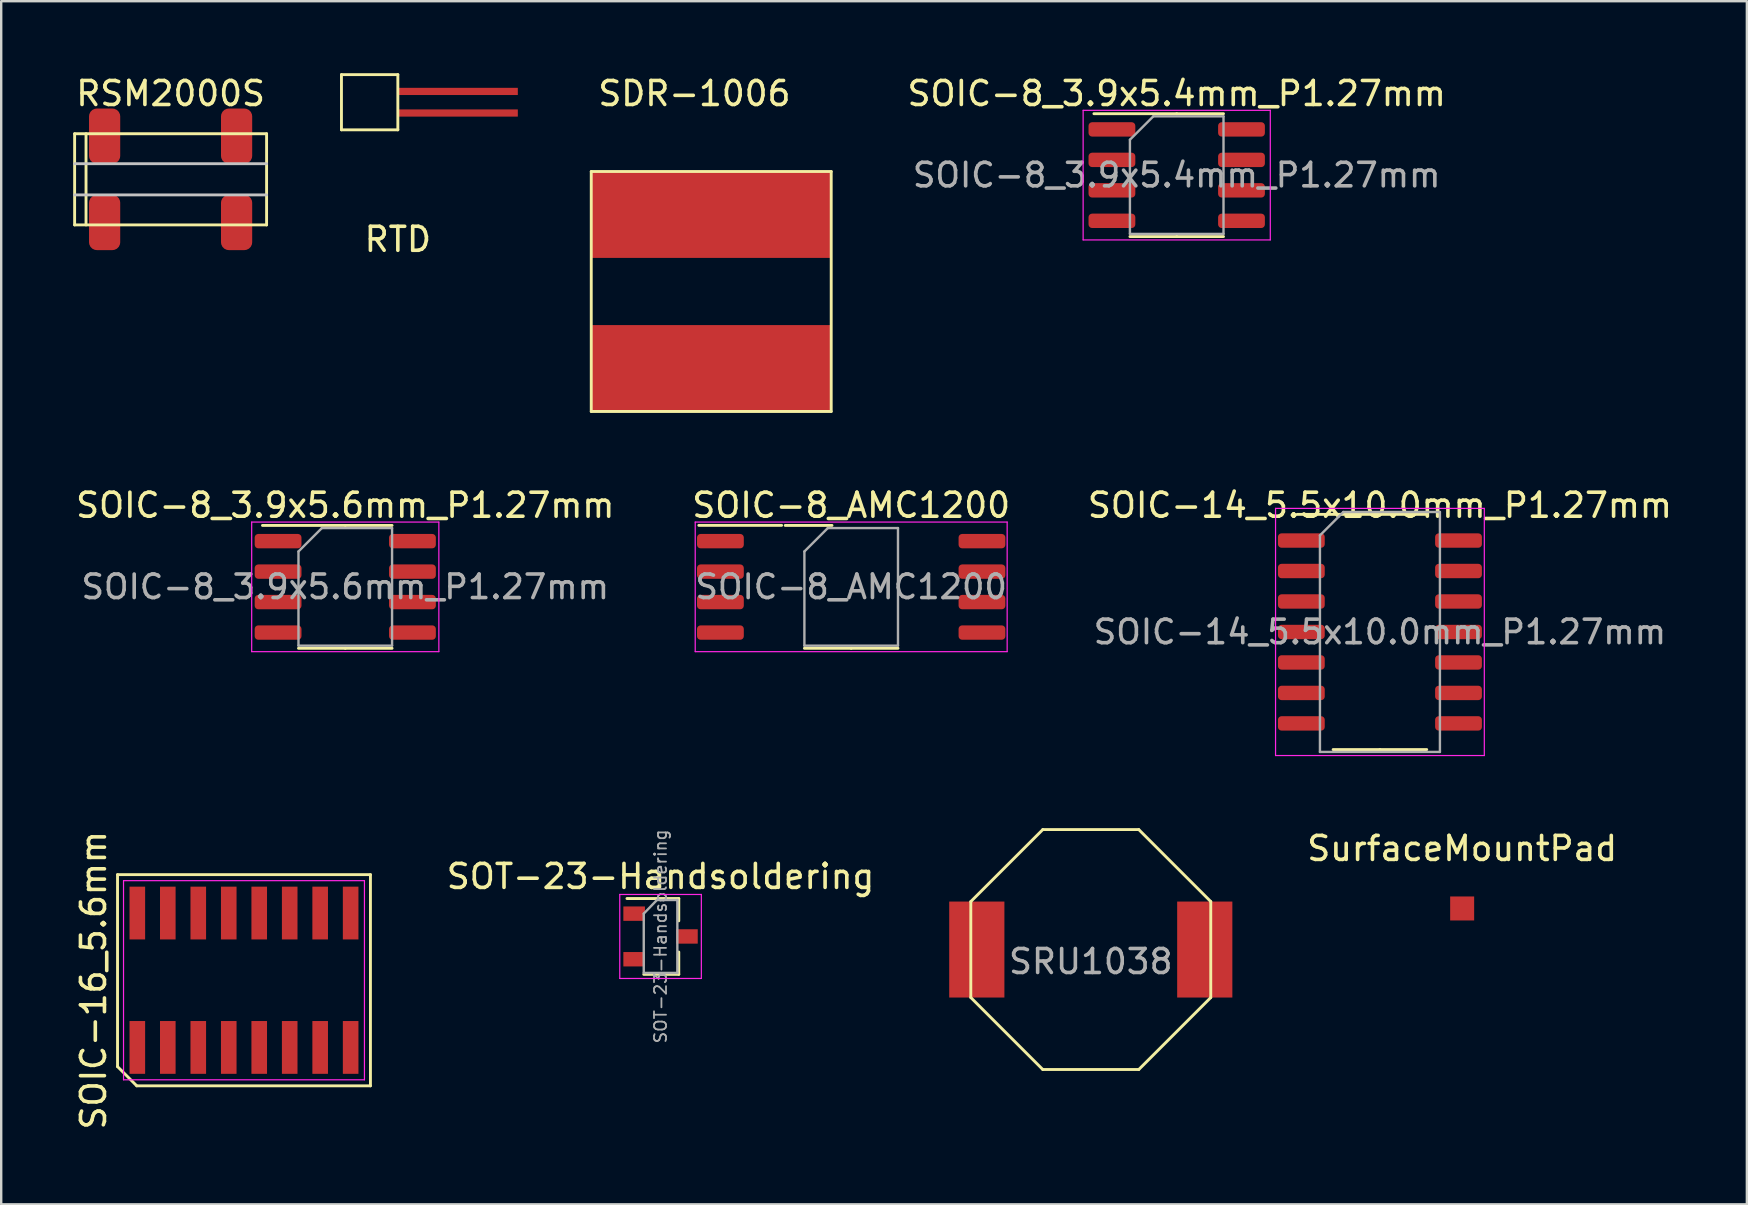
<source format=kicad_pcb>
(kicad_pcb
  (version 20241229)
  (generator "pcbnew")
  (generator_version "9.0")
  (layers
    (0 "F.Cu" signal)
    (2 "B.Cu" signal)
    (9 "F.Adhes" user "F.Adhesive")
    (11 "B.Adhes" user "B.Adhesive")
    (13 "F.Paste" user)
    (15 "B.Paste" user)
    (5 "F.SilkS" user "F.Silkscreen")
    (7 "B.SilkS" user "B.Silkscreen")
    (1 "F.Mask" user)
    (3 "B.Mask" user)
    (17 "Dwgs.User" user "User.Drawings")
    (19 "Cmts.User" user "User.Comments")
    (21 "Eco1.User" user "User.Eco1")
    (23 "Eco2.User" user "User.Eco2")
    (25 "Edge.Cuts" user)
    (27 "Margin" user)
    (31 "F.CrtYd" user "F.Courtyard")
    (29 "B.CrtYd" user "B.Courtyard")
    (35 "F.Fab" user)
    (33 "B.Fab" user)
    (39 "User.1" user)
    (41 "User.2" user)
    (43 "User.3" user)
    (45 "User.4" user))
  (footprint "RSM2000S"
    (layer "F.Cu")
    (at 4.06 4.423)
    (property "Reference" "RSM2000S" (at 0 -3.575 0) (layer "F.SilkS") (effects (font (size 1 1) (thickness 0.15))))
    (attr through_hole)
    (fp_line (start -4 -1.9) (end 4 -1.9) (stroke (width 0.12) (type solid)) (layer "F.SilkS"))
    (fp_line (start -4 1.9) (end -4 -1.9) (stroke (width 0.12) (type solid)) (layer "F.SilkS"))
    (fp_line (start -3.525 -1.9) (end -3.525 1.9) (stroke (width 0.12) (type solid)) (layer "F.SilkS"))
    (fp_line (start 4 -1.9) (end 4 1.9) (stroke (width 0.12) (type solid)) (layer "F.SilkS"))
    (fp_line (start 4 1.9) (end -4 1.9) (stroke (width 0.12) (type solid)) (layer "F.SilkS"))
    (fp_line (start -4 -0.65) (end 4 -0.65) (stroke (width 0.12) (type solid)) (layer "Dwgs.User"))
    (fp_line (start -4 0.65) (end 4 0.65) (stroke (width 0.12) (type solid)) (layer "Dwgs.User"))
    (pad "1" smd roundrect (at -2.75 1.8) (size 1.3 2.3) (layers "F.Cu" "F.Mask" "F.Paste") (roundrect_rratio 0.25))
    (pad "2" smd roundrect (at 2.75 1.8) (size 1.3 2.3) (layers "F.Cu" "F.Mask" "F.Paste") (roundrect_rratio 0.25))
    (pad "3" smd roundrect (at 2.75 -1.8) (size 1.3 2.3) (layers "F.Cu" "F.Mask" "F.Paste") (roundrect_rratio 0.25))
    (pad "4" smd roundrect (at -2.75 -1.8) (size 1.3 2.3) (layers "F.Cu" "F.Mask" "F.Paste") (roundrect_rratio 0.25)))
  (footprint "SOT-23-Handsoldering"
    (layer "F.Cu")
    (at 24.478 35.976)
    (property "Reference" "SOT-23-Handsoldering" (at 0 -2.5 0) (layer "F.SilkS") (effects (font (size 1 1) (thickness 0.15))))
    (attr smd)
    (fp_line (start 0.76 -1.58) (end -1.4 -1.58) (stroke (width 0.12) (type solid)) (layer "F.SilkS"))
    (fp_line (start 0.76 -1.58) (end 0.76 -0.65) (stroke (width 0.12) (type solid)) (layer "F.SilkS"))
    (fp_line (start 0.76 1.58) (end -0.7 1.58) (stroke (width 0.12) (type solid)) (layer "F.SilkS"))
    (fp_line (start 0.76 1.58) (end 0.76 0.65) (stroke (width 0.12) (type solid)) (layer "F.SilkS"))
    (fp_line (start -1.7 -1.75) (end 1.7 -1.75) (stroke (width 0.05) (type solid)) (layer "F.CrtYd"))
    (fp_line (start -1.7 1.75) (end -1.7 -1.75) (stroke (width 0.05) (type solid)) (layer "F.CrtYd"))
    (fp_line (start 1.7 -1.75) (end 1.7 1.75) (stroke (width 0.05) (type solid)) (layer "F.CrtYd"))
    (fp_line (start 1.7 1.75) (end -1.7 1.75) (stroke (width 0.05) (type solid)) (layer "F.CrtYd"))
    (fp_line (start -0.7 -0.95) (end -0.7 1.5) (stroke (width 0.1) (type solid)) (layer "F.Fab"))
    (fp_line (start -0.7 -0.95) (end -0.15 -1.52) (stroke (width 0.1) (type solid)) (layer "F.Fab"))
    (fp_line (start -0.7 1.52) (end 0.7 1.52) (stroke (width 0.1) (type solid)) (layer "F.Fab"))
    (fp_line (start -0.15 -1.52) (end 0.7 -1.52) (stroke (width 0.1) (type solid)) (layer "F.Fab"))
    (fp_line (start 0.7 -1.52) (end 0.7 1.52) (stroke (width 0.1) (type solid)) (layer "F.Fab"))
    (fp_text user "${REFERENCE}" (at 0 0 90) (layer "F.Fab") (effects (font (size 0.5 0.5) (thickness 0.075))))
    (pad "1" smd rect (at -1.1 -0.95) (size 0.9 0.6) (layers "F.Cu" "F.Mask" "F.Paste"))
    (pad "2" smd rect (at -1.1 0.95) (size 0.9 0.6) (layers "F.Cu" "F.Mask" "F.Paste"))
    (pad "3" smd rect (at 1.1 0) (size 0.9 0.6) (layers "F.Cu" "F.Mask" "F.Paste")))
  (footprint "SurfaceMountPad"
    (layer "F.Cu")
    (at 57.885 34.81)
    (property "Reference" "SurfaceMountPad" (at 0 -2.5 0) (layer "F.SilkS") (effects (font (size 1 1) (thickness 0.15))))
    (attr through_hole)
    (pad "1" smd rect (at 0 0) (size 1 1) (layers "F.Cu" "F.Mask" "F.Paste")))
  (footprint "SOIC-16_5.6mm"
    (layer "F.Cu")
    (at 7.118 37.801)
    (property "Reference" "SOIC-16_5.6mm" (at -6.27 0 90) (layer "F.SilkS") (effects (font (size 1 1) (thickness 0.15))))
    (attr smd)
    (fp_line (start -5.27 -4.4) (end 5.27 -4.4) (stroke (width 0.12) (type solid)) (layer "F.SilkS"))
    (fp_line (start -5.27 3.6) (end -5.27 -4.4) (stroke (width 0.12) (type solid)) (layer "F.SilkS"))
    (fp_line (start -4.47 4.4) (end -5.27 3.6) (stroke (width 0.12) (type solid)) (layer "F.SilkS"))
    (fp_line (start 5.27 -4.4) (end 5.27 4.4) (stroke (width 0.12) (type solid)) (layer "F.SilkS"))
    (fp_line (start 5.27 4.4) (end -4.47 4.4) (stroke (width 0.12) (type solid)) (layer "F.SilkS"))
    (fp_line (start -5.02 -4.15) (end 5.02 -4.15) (stroke (width 0.05) (type solid)) (layer "F.CrtYd"))
    (fp_line (start -5.02 4.15) (end -5.02 -4.15) (stroke (width 0.05) (type solid)) (layer "F.CrtYd"))
    (fp_line (start 5.02 -4.15) (end 5.02 4.15) (stroke (width 0.05) (type solid)) (layer "F.CrtYd"))
    (fp_line (start 5.02 4.15) (end -5.02 4.15) (stroke (width 0.05) (type solid)) (layer "F.CrtYd"))
    (pad "1" smd rect (at -4.445 2.8) (size 0.65 2.2) (layers "F.Cu" "F.Mask" "F.Paste"))
    (pad "2" smd rect (at -3.175 2.8) (size 0.65 2.2) (layers "F.Cu" "F.Mask" "F.Paste"))
    (pad "3" smd rect (at -1.905 2.8) (size 0.65 2.2) (layers "F.Cu" "F.Mask" "F.Paste"))
    (pad "4" smd rect (at -0.635 2.8) (size 0.65 2.2) (layers "F.Cu" "F.Mask" "F.Paste"))
    (pad "5" smd rect (at 0.635 2.8) (size 0.65 2.2) (layers "F.Cu" "F.Mask" "F.Paste"))
    (pad "6" smd rect (at 1.905 2.8) (size 0.65 2.2) (layers "F.Cu" "F.Mask" "F.Paste"))
    (pad "7" smd rect (at 3.175 2.8) (size 0.65 2.2) (layers "F.Cu" "F.Mask" "F.Paste"))
    (pad "8" smd rect (at 4.445 2.8) (size 0.65 2.2) (layers "F.Cu" "F.Mask" "F.Paste"))
    (pad "9" smd rect (at 4.445 -2.8) (size 0.65 2.2) (layers "F.Cu" "F.Mask" "F.Paste"))
    (pad "10" smd rect (at 3.175 -2.8) (size 0.65 2.2) (layers "F.Cu" "F.Mask" "F.Paste"))
    (pad "11" smd rect (at 1.905 -2.8) (size 0.65 2.2) (layers "F.Cu" "F.Mask" "F.Paste"))
    (pad "12" smd rect (at 0.635 -2.8) (size 0.65 2.2) (layers "F.Cu" "F.Mask" "F.Paste"))
    (pad "13" smd rect (at -0.635 -2.8) (size 0.65 2.2) (layers "F.Cu" "F.Mask" "F.Paste"))
    (pad "14" smd rect (at -1.905 -2.8) (size 0.65 2.2) (layers "F.Cu" "F.Mask" "F.Paste"))
    (pad "15" smd rect (at -3.175 -2.8) (size 0.65 2.2) (layers "F.Cu" "F.Mask" "F.Paste"))
    (pad "16" smd rect (at -4.445 -2.8) (size 0.65 2.2) (layers "F.Cu" "F.Mask" "F.Paste")))
  (footprint "SOIC-14_5.5x10.0mm_P1.27mm"
    (layer "F.Cu")
    (at 54.458 23.287)
    (property "Reference" "SOIC-14_5.5x10.0mm_P1.27mm" (at 0 -5.28 0) (layer "F.SilkS") (effects (font (size 1 1) (thickness 0.15))))
    (attr smd)
    (fp_line (start 0 -4.9) (end -3.45 -4.9) (stroke (width 0.12) (type solid)) (layer "F.SilkS"))
    (fp_line (start 0 -4.9) (end 1.95 -4.9) (stroke (width 0.12) (type solid)) (layer "F.SilkS"))
    (fp_line (start 0 4.9) (end -1.95 4.9) (stroke (width 0.12) (type solid)) (layer "F.SilkS"))
    (fp_line (start 0 4.9) (end 1.95 4.9) (stroke (width 0.12) (type solid)) (layer "F.SilkS"))
    (fp_line (start -4.35 -5.15) (end -4.35 5.15) (stroke (width 0.05) (type solid)) (layer "F.CrtYd"))
    (fp_line (start -4.35 5.15) (end 4.35 5.15) (stroke (width 0.05) (type solid)) (layer "F.CrtYd"))
    (fp_line (start 4.35 -5.15) (end -4.35 -5.15) (stroke (width 0.05) (type solid)) (layer "F.CrtYd"))
    (fp_line (start 4.35 5.15) (end 4.35 -5.15) (stroke (width 0.05) (type solid)) (layer "F.CrtYd"))
    (fp_line (start -2.5 -4.025) (end -1.525 -5) (stroke (width 0.1) (type solid)) (layer "F.Fab"))
    (fp_line (start -2.5 5) (end -2.5 -4.025) (stroke (width 0.1) (type solid)) (layer "F.Fab"))
    (fp_line (start -1.525 -5) (end 2.5 -5) (stroke (width 0.1) (type solid)) (layer "F.Fab"))
    (fp_line (start 2.5 -5) (end 2.5 5) (stroke (width 0.1) (type solid)) (layer "F.Fab"))
    (fp_line (start 2.5 5) (end -2.5 5) (stroke (width 0.1) (type solid)) (layer "F.Fab"))
    (fp_text user "${REFERENCE}" (at 0 0 0) (layer "F.Fab") (effects (font (size 0.98 0.98) (thickness 0.15))))
    (pad "1" smd roundrect (at -3.275 -3.81) (size 1.95 0.6) (layers "F.Cu" "F.Mask" "F.Paste") (roundrect_rratio 0.25))
    (pad "2" smd roundrect (at -3.275 -2.54) (size 1.95 0.6) (layers "F.Cu" "F.Mask" "F.Paste") (roundrect_rratio 0.25))
    (pad "3" smd roundrect (at -3.275 -1.27) (size 1.95 0.6) (layers "F.Cu" "F.Mask" "F.Paste") (roundrect_rratio 0.25))
    (pad "4" smd roundrect (at -3.275 0) (size 1.95 0.6) (layers "F.Cu" "F.Mask" "F.Paste") (roundrect_rratio 0.25))
    (pad "5" smd roundrect (at -3.275 1.27) (size 1.95 0.6) (layers "F.Cu" "F.Mask" "F.Paste") (roundrect_rratio 0.25))
    (pad "6" smd roundrect (at -3.275 2.54) (size 1.95 0.6) (layers "F.Cu" "F.Mask" "F.Paste") (roundrect_rratio 0.25))
    (pad "7" smd roundrect (at -3.275 3.81) (size 1.95 0.6) (layers "F.Cu" "F.Mask" "F.Paste") (roundrect_rratio 0.25))
    (pad "8" smd roundrect (at 3.275 3.81) (size 1.95 0.6) (layers "F.Cu" "F.Mask" "F.Paste") (roundrect_rratio 0.25))
    (pad "9" smd roundrect (at 3.275 2.54) (size 1.95 0.6) (layers "F.Cu" "F.Mask" "F.Paste") (roundrect_rratio 0.25))
    (pad "10" smd roundrect (at 3.275 1.27) (size 1.95 0.6) (layers "F.Cu" "F.Mask" "F.Paste") (roundrect_rratio 0.25))
    (pad "11" smd roundrect (at 3.275 0) (size 1.95 0.6) (layers "F.Cu" "F.Mask" "F.Paste") (roundrect_rratio 0.25))
    (pad "12" smd roundrect (at 3.275 -1.27) (size 1.95 0.6) (layers "F.Cu" "F.Mask" "F.Paste") (roundrect_rratio 0.25))
    (pad "13" smd roundrect (at 3.275 -2.54) (size 1.95 0.6) (layers "F.Cu" "F.Mask" "F.Paste") (roundrect_rratio 0.25))
    (pad "14" smd roundrect (at 3.275 -3.81) (size 1.95 0.6) (layers "F.Cu" "F.Mask" "F.Paste") (roundrect_rratio 0.25)))
  (footprint "SDR-1006"
    (layer "F.Cu")
    (at 26.59 9.098)
    (property "Reference" "SDR-1006" (at -0.7 -8.25 0) (layer "F.SilkS") (effects (font (size 1 1) (thickness 0.15))))
    (attr through_hole)
    (fp_line (start -5 -5) (end 5 -5) (stroke (width 0.12) (type solid)) (layer "F.SilkS"))
    (fp_line (start -5 5) (end -5 -5) (stroke (width 0.12) (type solid)) (layer "F.SilkS"))
    (fp_line (start 5 -5) (end 5 5) (stroke (width 0.12) (type solid)) (layer "F.SilkS"))
    (fp_line (start 5 5) (end -5 5) (stroke (width 0.12) (type solid)) (layer "F.SilkS"))
    (pad "1" smd rect (at 0 -3.2) (size 10 3.6) (layers "F.Cu" "F.Mask" "F.Paste"))
    (pad "2" smd rect (at 0 3.2) (size 10 3.6) (layers "F.Cu" "F.Mask" "F.Paste")))
  (footprint "RTD"
    (layer "F.Cu")
    (at 13.53 1.21)
    (property "Reference" "RTD" (at 0 5.715 0) (layer "F.SilkS") (effects (font (size 1 1) (thickness 0.15))))
    (attr through_hole)
    (fp_line (start -2.35 -1.15) (end -2.35 1.15) (stroke (width 0.12) (type solid)) (layer "F.SilkS"))
    (fp_line (start -2.35 1.15) (end 0 1.15) (stroke (width 0.12) (type solid)) (layer "F.SilkS"))
    (fp_line (start 0 -1.15) (end -2.35 -1.15) (stroke (width 0.12) (type solid)) (layer "F.SilkS"))
    (fp_line (start 0 1.15) (end 0 -1.15) (stroke (width 0.12) (type solid)) (layer "F.SilkS"))
    (pad "1" smd rect (at 2.5 -0.45) (size 5 0.3) (layers "F.Cu" "F.Mask" "F.Paste"))
    (pad "2" smd rect (at 2.5 0.45) (size 5 0.3) (layers "F.Cu" "F.Mask" "F.Paste")))
  (footprint "SOIC-8_3.9x5.6mm_P1.27mm"
    (layer "F.Cu")
    (at 11.339 21.407)
    (property "Reference" "SOIC-8_3.9x5.6mm_P1.27mm" (at 0 -3.4 0) (layer "F.SilkS") (effects (font (size 1 1) (thickness 0.15))))
    (attr smd)
    (fp_line (start 0 -2.56) (end -3.45 -2.56) (stroke (width 0.12) (type solid)) (layer "F.SilkS"))
    (fp_line (start 0 -2.56) (end 1.95 -2.56) (stroke (width 0.12) (type solid)) (layer "F.SilkS"))
    (fp_line (start 0 2.56) (end -1.95 2.56) (stroke (width 0.12) (type solid)) (layer "F.SilkS"))
    (fp_line (start 0 2.56) (end 1.95 2.56) (stroke (width 0.12) (type solid)) (layer "F.SilkS"))
    (fp_line (start -3.9 -2.7) (end -3.9 2.7) (stroke (width 0.05) (type solid)) (layer "F.CrtYd"))
    (fp_line (start -3.9 2.7) (end 3.9 2.7) (stroke (width 0.05) (type solid)) (layer "F.CrtYd"))
    (fp_line (start 3.9 -2.7) (end -3.9 -2.7) (stroke (width 0.05) (type solid)) (layer "F.CrtYd"))
    (fp_line (start 3.9 2.7) (end 3.9 -2.7) (stroke (width 0.05) (type solid)) (layer "F.CrtYd"))
    (fp_line (start -1.95 -1.475) (end -0.975 -2.45) (stroke (width 0.1) (type solid)) (layer "F.Fab"))
    (fp_line (start -1.95 2.45) (end -1.95 -1.475) (stroke (width 0.1) (type solid)) (layer "F.Fab"))
    (fp_line (start -0.975 -2.45) (end 1.95 -2.45) (stroke (width 0.1) (type solid)) (layer "F.Fab"))
    (fp_line (start 1.95 -2.45) (end 1.95 2.45) (stroke (width 0.1) (type solid)) (layer "F.Fab"))
    (fp_line (start 1.95 2.45) (end -1.95 2.45) (stroke (width 0.1) (type solid)) (layer "F.Fab"))
    (fp_text user "${REFERENCE}" (at 0 0 0) (layer "F.Fab") (effects (font (size 0.98 0.98) (thickness 0.15))))
    (pad "1" smd roundrect (at -2.8 -1.905) (size 1.95 0.6) (layers "F.Cu" "F.Mask" "F.Paste") (roundrect_rratio 0.25))
    (pad "2" smd roundrect (at -2.8 -0.635) (size 1.95 0.6) (layers "F.Cu" "F.Mask" "F.Paste") (roundrect_rratio 0.25))
    (pad "3" smd roundrect (at -2.8 0.635) (size 1.95 0.6) (layers "F.Cu" "F.Mask" "F.Paste") (roundrect_rratio 0.25))
    (pad "4" smd roundrect (at -2.8 1.905) (size 1.95 0.6) (layers "F.Cu" "F.Mask" "F.Paste") (roundrect_rratio 0.25))
    (pad "5" smd roundrect (at 2.8 1.905) (size 1.95 0.6) (layers "F.Cu" "F.Mask" "F.Paste") (roundrect_rratio 0.25))
    (pad "6" smd roundrect (at 2.8 0.635) (size 1.95 0.6) (layers "F.Cu" "F.Mask" "F.Paste") (roundrect_rratio 0.25))
    (pad "7" smd roundrect (at 2.8 -0.635) (size 1.95 0.6) (layers "F.Cu" "F.Mask" "F.Paste") (roundrect_rratio 0.25))
    (pad "8" smd roundrect (at 2.8 -1.905) (size 1.95 0.6) (layers "F.Cu" "F.Mask" "F.Paste") (roundrect_rratio 0.25)))
  (footprint "SRU1038"
    (layer "F.Cu")
    (at 42.408 36.522)
    (property "Reference" "SRU1038" (at 0 0.5 0) (layer "F.Fab") (effects (font (size 1 1) (thickness 0.15))))
    (attr through_hole)
    (fp_line (start -5 -2) (end -2 -5) (stroke (width 0.12) (type solid)) (layer "F.SilkS"))
    (fp_line (start -5 2) (end -5 -2) (stroke (width 0.12) (type solid)) (layer "F.SilkS"))
    (fp_line (start -2 -5) (end 2 -5) (stroke (width 0.12) (type solid)) (layer "F.SilkS"))
    (fp_line (start -2 5) (end -5 2) (stroke (width 0.12) (type solid)) (layer "F.SilkS"))
    (fp_line (start 2 -5) (end 5 -2) (stroke (width 0.12) (type solid)) (layer "F.SilkS"))
    (fp_line (start 2 5) (end -2 5) (stroke (width 0.12) (type solid)) (layer "F.SilkS"))
    (fp_line (start 5 -2) (end 5 2) (stroke (width 0.12) (type solid)) (layer "F.SilkS"))
    (fp_line (start 5 2) (end 2 5) (stroke (width 0.12) (type solid)) (layer "F.SilkS"))
    (pad "1" smd rect (at -4.75 0) (size 2.3 4) (layers "F.Cu" "F.Mask" "F.Paste"))
    (pad "2" smd rect (at 4.75 0) (size 2.3 4) (layers "F.Cu" "F.Mask" "F.Paste")))
  (footprint "SOIC-8_AMC1200"
    (layer "F.Cu")
    (at 32.423 21.407)
    (property "Reference" "SOIC-8_AMC1200" (at 0 -3.4 0) (layer "F.SilkS") (effects (font (size 1 1) (thickness 0.15))))
    (attr smd)
    (fp_line (start -2.9 -2.563) (end -6.35 -2.563) (stroke (width 0.12) (type solid)) (layer "F.SilkS"))
    (fp_line (start -2.75 -2.56) (end -0.8 -2.56) (stroke (width 0.12) (type solid)) (layer "F.SilkS"))
    (fp_line (start 0 2.56) (end -1.95 2.56) (stroke (width 0.12) (type solid)) (layer "F.SilkS"))
    (fp_line (start 0 2.56) (end 1.95 2.56) (stroke (width 0.12) (type solid)) (layer "F.SilkS"))
    (fp_line (start -6.5 -2.7) (end -6.5 2.7) (stroke (width 0.05) (type solid)) (layer "F.CrtYd"))
    (fp_line (start -6.5 2.7) (end 6.5 2.7) (stroke (width 0.05) (type solid)) (layer "F.CrtYd"))
    (fp_line (start 6.5 -2.7) (end -6.5 -2.7) (stroke (width 0.05) (type solid)) (layer "F.CrtYd"))
    (fp_line (start 6.5 2.7) (end 6.5 -2.7) (stroke (width 0.05) (type solid)) (layer "F.CrtYd"))
    (fp_line (start -1.95 -1.475) (end -0.975 -2.45) (stroke (width 0.1) (type solid)) (layer "F.Fab"))
    (fp_line (start -1.95 2.45) (end -1.95 -1.475) (stroke (width 0.1) (type solid)) (layer "F.Fab"))
    (fp_line (start -0.975 -2.45) (end 1.95 -2.45) (stroke (width 0.1) (type solid)) (layer "F.Fab"))
    (fp_line (start 1.95 -2.45) (end 1.95 2.45) (stroke (width 0.1) (type solid)) (layer "F.Fab"))
    (fp_line (start 1.95 2.45) (end -1.95 2.45) (stroke (width 0.1) (type solid)) (layer "F.Fab"))
    (fp_text user "${REFERENCE}" (at 0 0 0) (layer "F.Fab") (effects (font (size 0.98 0.98) (thickness 0.15))))
    (pad "1" smd roundrect (at -5.45 -1.905) (size 1.95 0.6) (layers "F.Cu" "F.Mask" "F.Paste") (roundrect_rratio 0.25))
    (pad "2" smd roundrect (at -5.45 -0.635) (size 1.95 0.6) (layers "F.Cu" "F.Mask" "F.Paste") (roundrect_rratio 0.25))
    (pad "3" smd roundrect (at -5.45 0.635) (size 1.95 0.6) (layers "F.Cu" "F.Mask" "F.Paste") (roundrect_rratio 0.25))
    (pad "4" smd roundrect (at -5.45 1.905) (size 1.95 0.6) (layers "F.Cu" "F.Mask" "F.Paste") (roundrect_rratio 0.25))
    (pad "5" smd roundrect (at 5.45 1.905) (size 1.95 0.6) (layers "F.Cu" "F.Mask" "F.Paste") (roundrect_rratio 0.25))
    (pad "6" smd roundrect (at 5.45 0.635) (size 1.95 0.6) (layers "F.Cu" "F.Mask" "F.Paste") (roundrect_rratio 0.25))
    (pad "7" smd roundrect (at 5.45 -0.635) (size 1.95 0.6) (layers "F.Cu" "F.Mask" "F.Paste") (roundrect_rratio 0.25))
    (pad "8" smd roundrect (at 5.45 -1.905) (size 1.95 0.6) (layers "F.Cu" "F.Mask" "F.Paste") (roundrect_rratio 0.25)))
  (footprint "SOIC-8_3.9x5.4mm_P1.27mm"
    (layer "F.Cu")
    (at 45.989 4.248)
    (property "Reference" "SOIC-8_3.9x5.4mm_P1.27mm" (at 0 -3.4 0) (layer "F.SilkS") (effects (font (size 1 1) (thickness 0.15))))
    (attr smd)
    (fp_line (start 0 -2.56) (end -3.45 -2.56) (stroke (width 0.12) (type solid)) (layer "F.SilkS"))
    (fp_line (start 0 -2.56) (end 1.95 -2.56) (stroke (width 0.12) (type solid)) (layer "F.SilkS"))
    (fp_line (start 0 2.56) (end -1.95 2.56) (stroke (width 0.12) (type solid)) (layer "F.SilkS"))
    (fp_line (start 0 2.56) (end 1.95 2.56) (stroke (width 0.12) (type solid)) (layer "F.SilkS"))
    (fp_line (start -3.9 -2.7) (end -3.9 2.7) (stroke (width 0.05) (type solid)) (layer "F.CrtYd"))
    (fp_line (start -3.9 2.7) (end 3.9 2.7) (stroke (width 0.05) (type solid)) (layer "F.CrtYd"))
    (fp_line (start 3.9 -2.7) (end -3.9 -2.7) (stroke (width 0.05) (type solid)) (layer "F.CrtYd"))
    (fp_line (start 3.9 2.7) (end 3.9 -2.7) (stroke (width 0.05) (type solid)) (layer "F.CrtYd"))
    (fp_line (start -1.95 -1.475) (end -0.975 -2.45) (stroke (width 0.1) (type solid)) (layer "F.Fab"))
    (fp_line (start -1.95 2.45) (end -1.95 -1.475) (stroke (width 0.1) (type solid)) (layer "F.Fab"))
    (fp_line (start -0.975 -2.45) (end 1.95 -2.45) (stroke (width 0.1) (type solid)) (layer "F.Fab"))
    (fp_line (start 1.95 -2.45) (end 1.95 2.45) (stroke (width 0.1) (type solid)) (layer "F.Fab"))
    (fp_line (start 1.95 2.45) (end -1.95 2.45) (stroke (width 0.1) (type solid)) (layer "F.Fab"))
    (fp_text user "${REFERENCE}" (at 0 0 0) (layer "F.Fab") (effects (font (size 0.98 0.98) (thickness 0.15))))
    (pad "1" smd roundrect (at -2.7 -1.905) (size 1.95 0.6) (layers "F.Cu" "F.Mask" "F.Paste") (roundrect_rratio 0.25))
    (pad "2" smd roundrect (at -2.7 -0.635) (size 1.95 0.6) (layers "F.Cu" "F.Mask" "F.Paste") (roundrect_rratio 0.25))
    (pad "3" smd roundrect (at -2.7 0.635) (size 1.95 0.6) (layers "F.Cu" "F.Mask" "F.Paste") (roundrect_rratio 0.25))
    (pad "4" smd roundrect (at -2.7 1.905) (size 1.95 0.6) (layers "F.Cu" "F.Mask" "F.Paste") (roundrect_rratio 0.25))
    (pad "5" smd roundrect (at 2.7 1.905) (size 1.95 0.6) (layers "F.Cu" "F.Mask" "F.Paste") (roundrect_rratio 0.25))
    (pad "6" smd roundrect (at 2.7 0.635) (size 1.95 0.6) (layers "F.Cu" "F.Mask" "F.Paste") (roundrect_rratio 0.25))
    (pad "7" smd roundrect (at 2.7 -0.635) (size 1.95 0.6) (layers "F.Cu" "F.Mask" "F.Paste") (roundrect_rratio 0.25))
    (pad "8" smd roundrect (at 2.7 -1.905) (size 1.95 0.6) (layers "F.Cu" "F.Mask" "F.Paste") (roundrect_rratio 0.25)))
  (gr_rect
    (start -3 -3)
    (end 69.75 47.14)
    (stroke (width 0.1) (type default))
    (fill no)
    (layer "Edge.Cuts")))
</source>
